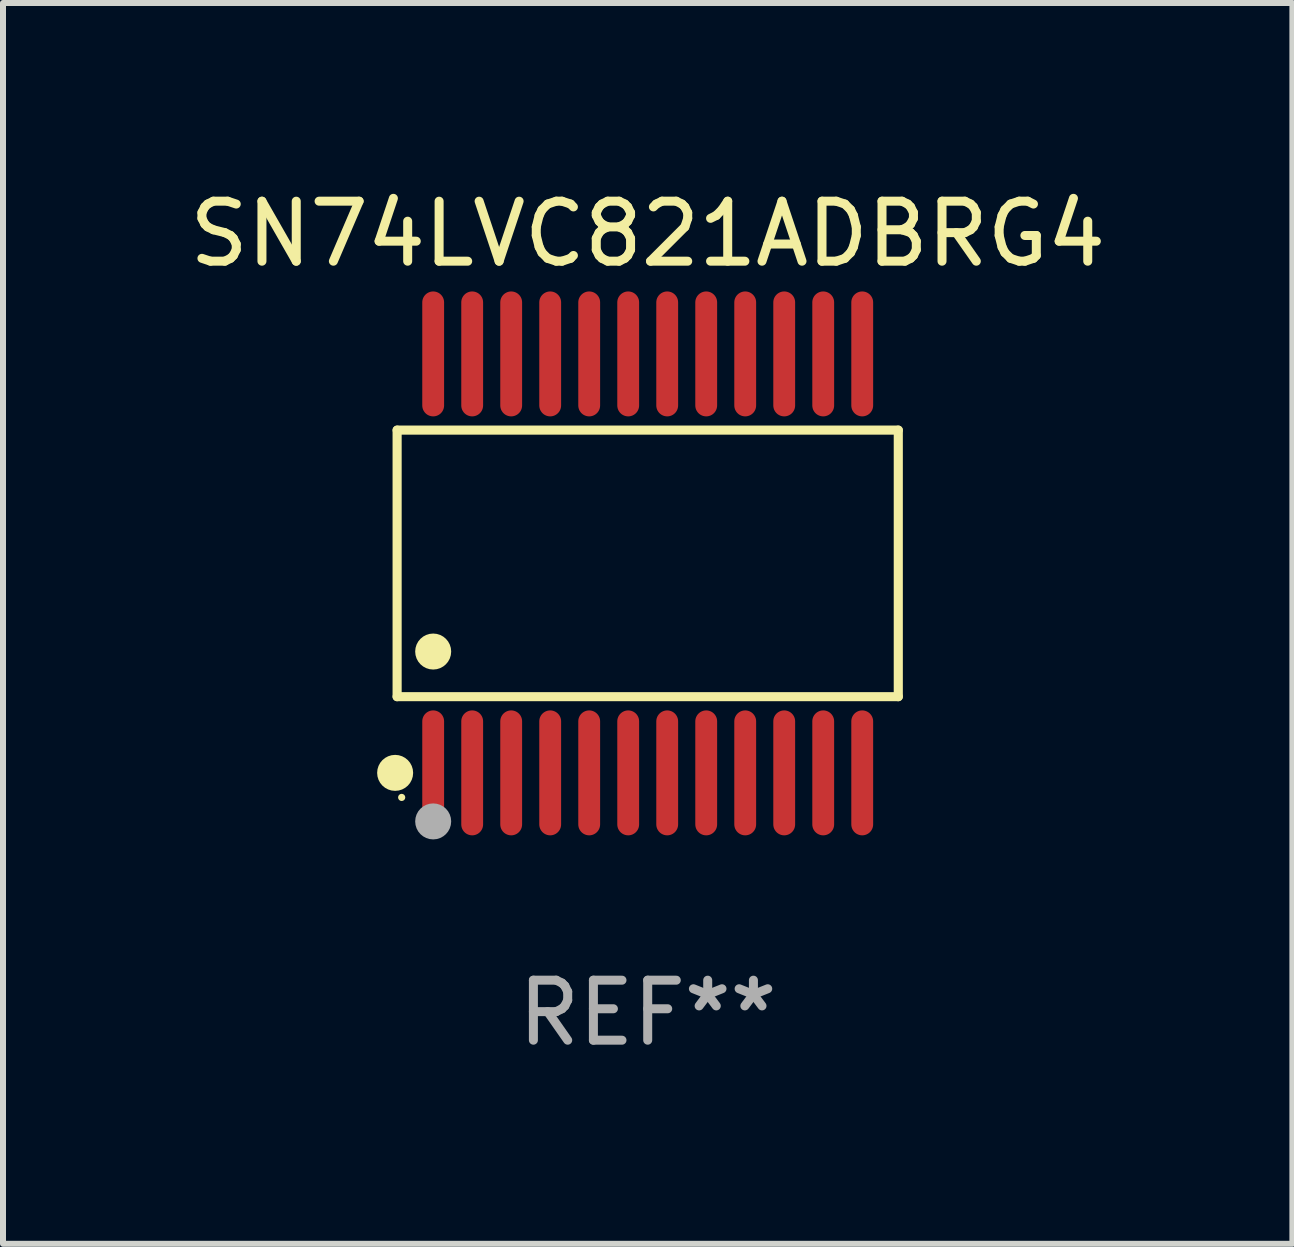
<source format=kicad_pcb>
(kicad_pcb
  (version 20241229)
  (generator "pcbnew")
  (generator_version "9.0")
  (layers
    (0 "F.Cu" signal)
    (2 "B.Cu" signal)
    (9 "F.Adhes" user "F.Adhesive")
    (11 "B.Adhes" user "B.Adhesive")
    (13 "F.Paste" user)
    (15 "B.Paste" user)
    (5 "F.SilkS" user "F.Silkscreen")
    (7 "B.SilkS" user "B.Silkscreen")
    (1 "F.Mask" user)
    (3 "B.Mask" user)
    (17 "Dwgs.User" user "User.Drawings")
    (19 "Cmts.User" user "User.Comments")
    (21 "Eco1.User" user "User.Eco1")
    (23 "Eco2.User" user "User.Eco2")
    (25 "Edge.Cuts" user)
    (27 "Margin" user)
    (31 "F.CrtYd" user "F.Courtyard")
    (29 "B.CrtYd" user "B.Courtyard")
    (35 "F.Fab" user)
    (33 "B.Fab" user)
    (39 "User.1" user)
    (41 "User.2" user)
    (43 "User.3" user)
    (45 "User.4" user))
  (footprint "SN74LVC821ADBRG4"
    (layer "F.Cu")
    (at 7.744 6.339)
    (property "Reference" "SN74LVC821ADBRG4" (at 0 -5.491 0) (layer "F.SilkS") (effects (font (size 1 1) (thickness 0.15))))
    (attr through_hole)
    (fp_line (start -4.176 -2.221) (end 4.176 -2.221) (stroke (width 0.152) (type solid)) (layer "F.SilkS"))
    (fp_line (start -4.176 2.221) (end -4.176 -2.221) (stroke (width 0.152) (type solid)) (layer "F.SilkS"))
    (fp_line (start 4.176 -2.221) (end 4.176 2.221) (stroke (width 0.152) (type solid)) (layer "F.SilkS"))
    (fp_line (start 4.176 2.221) (end -4.176 2.221) (stroke (width 0.152) (type solid)) (layer "F.SilkS"))
    (fp_circle (center -4.209 3.491) (end -4.059 3.491) (stroke (width 0.3) (type solid)) (fill no) (layer "F.SilkS"))
    (fp_circle (center -4.1 3.9) (end -4.07 3.9) (stroke (width 0.06) (type solid)) (fill no) (layer "F.SilkS"))
    (fp_circle (center -3.575 1.469) (end -3.425 1.469) (stroke (width 0.3) (type solid)) (fill no) (layer "F.SilkS"))
    (fp_circle (center -3.575 4.3) (end -3.425 4.3) (stroke (width 0.3) (type solid)) (fill no) (layer "F.Fab"))
    (fp_text user "REF**" (at 0 7.491 0) (layer "F.Fab") (effects (font (size 1 1) (thickness 0.15))))
    (pad "1" smd oval (at -3.575 3.491) (size 0.364 2.082) (layers "F.Cu" "F.Mask" "F.Paste"))
    (pad "2" smd oval (at -2.925 3.491) (size 0.364 2.082) (layers "F.Cu" "F.Mask" "F.Paste"))
    (pad "3" smd oval (at -2.275 3.491) (size 0.364 2.082) (layers "F.Cu" "F.Mask" "F.Paste"))
    (pad "4" smd oval (at -1.625 3.491) (size 0.364 2.082) (layers "F.Cu" "F.Mask" "F.Paste"))
    (pad "5" smd oval (at -0.975 3.491) (size 0.364 2.082) (layers "F.Cu" "F.Mask" "F.Paste"))
    (pad "6" smd oval (at -0.325 3.491) (size 0.364 2.082) (layers "F.Cu" "F.Mask" "F.Paste"))
    (pad "7" smd oval (at 0.325 3.491) (size 0.364 2.082) (layers "F.Cu" "F.Mask" "F.Paste"))
    (pad "8" smd oval (at 0.975 3.491) (size 0.364 2.082) (layers "F.Cu" "F.Mask" "F.Paste"))
    (pad "9" smd oval (at 1.625 3.491) (size 0.364 2.082) (layers "F.Cu" "F.Mask" "F.Paste"))
    (pad "10" smd oval (at 2.275 3.491) (size 0.364 2.082) (layers "F.Cu" "F.Mask" "F.Paste"))
    (pad "11" smd oval (at 2.925 3.491) (size 0.364 2.082) (layers "F.Cu" "F.Mask" "F.Paste"))
    (pad "12" smd oval (at 3.575 3.491) (size 0.364 2.082) (layers "F.Cu" "F.Mask" "F.Paste"))
    (pad "13" smd oval (at 3.575 -3.491) (size 0.364 2.082) (layers "F.Cu" "F.Mask" "F.Paste"))
    (pad "14" smd oval (at 2.925 -3.491) (size 0.364 2.082) (layers "F.Cu" "F.Mask" "F.Paste"))
    (pad "15" smd oval (at 2.275 -3.491) (size 0.364 2.082) (layers "F.Cu" "F.Mask" "F.Paste"))
    (pad "16" smd oval (at 1.625 -3.491) (size 0.364 2.082) (layers "F.Cu" "F.Mask" "F.Paste"))
    (pad "17" smd oval (at 0.975 -3.491) (size 0.364 2.082) (layers "F.Cu" "F.Mask" "F.Paste"))
    (pad "18" smd oval (at 0.325 -3.491) (size 0.364 2.082) (layers "F.Cu" "F.Mask" "F.Paste"))
    (pad "19" smd oval (at -0.325 -3.491) (size 0.364 2.082) (layers "F.Cu" "F.Mask" "F.Paste"))
    (pad "20" smd oval (at -0.975 -3.491) (size 0.364 2.082) (layers "F.Cu" "F.Mask" "F.Paste"))
    (pad "21" smd oval (at -1.625 -3.491) (size 0.364 2.082) (layers "F.Cu" "F.Mask" "F.Paste"))
    (pad "22" smd oval (at -2.275 -3.491) (size 0.364 2.082) (layers "F.Cu" "F.Mask" "F.Paste"))
    (pad "23" smd oval (at -2.925 -3.491) (size 0.364 2.082) (layers "F.Cu" "F.Mask" "F.Paste"))
    (pad "24" smd oval (at -3.575 -3.491) (size 0.364 2.082) (layers "F.Cu" "F.Mask" "F.Paste")))
  (gr_rect
    (start -3 -3)
    (end 18.488 17.678)
    (stroke (width 0.1) (type default))
    (fill no)
    (layer "Edge.Cuts")))
</source>
